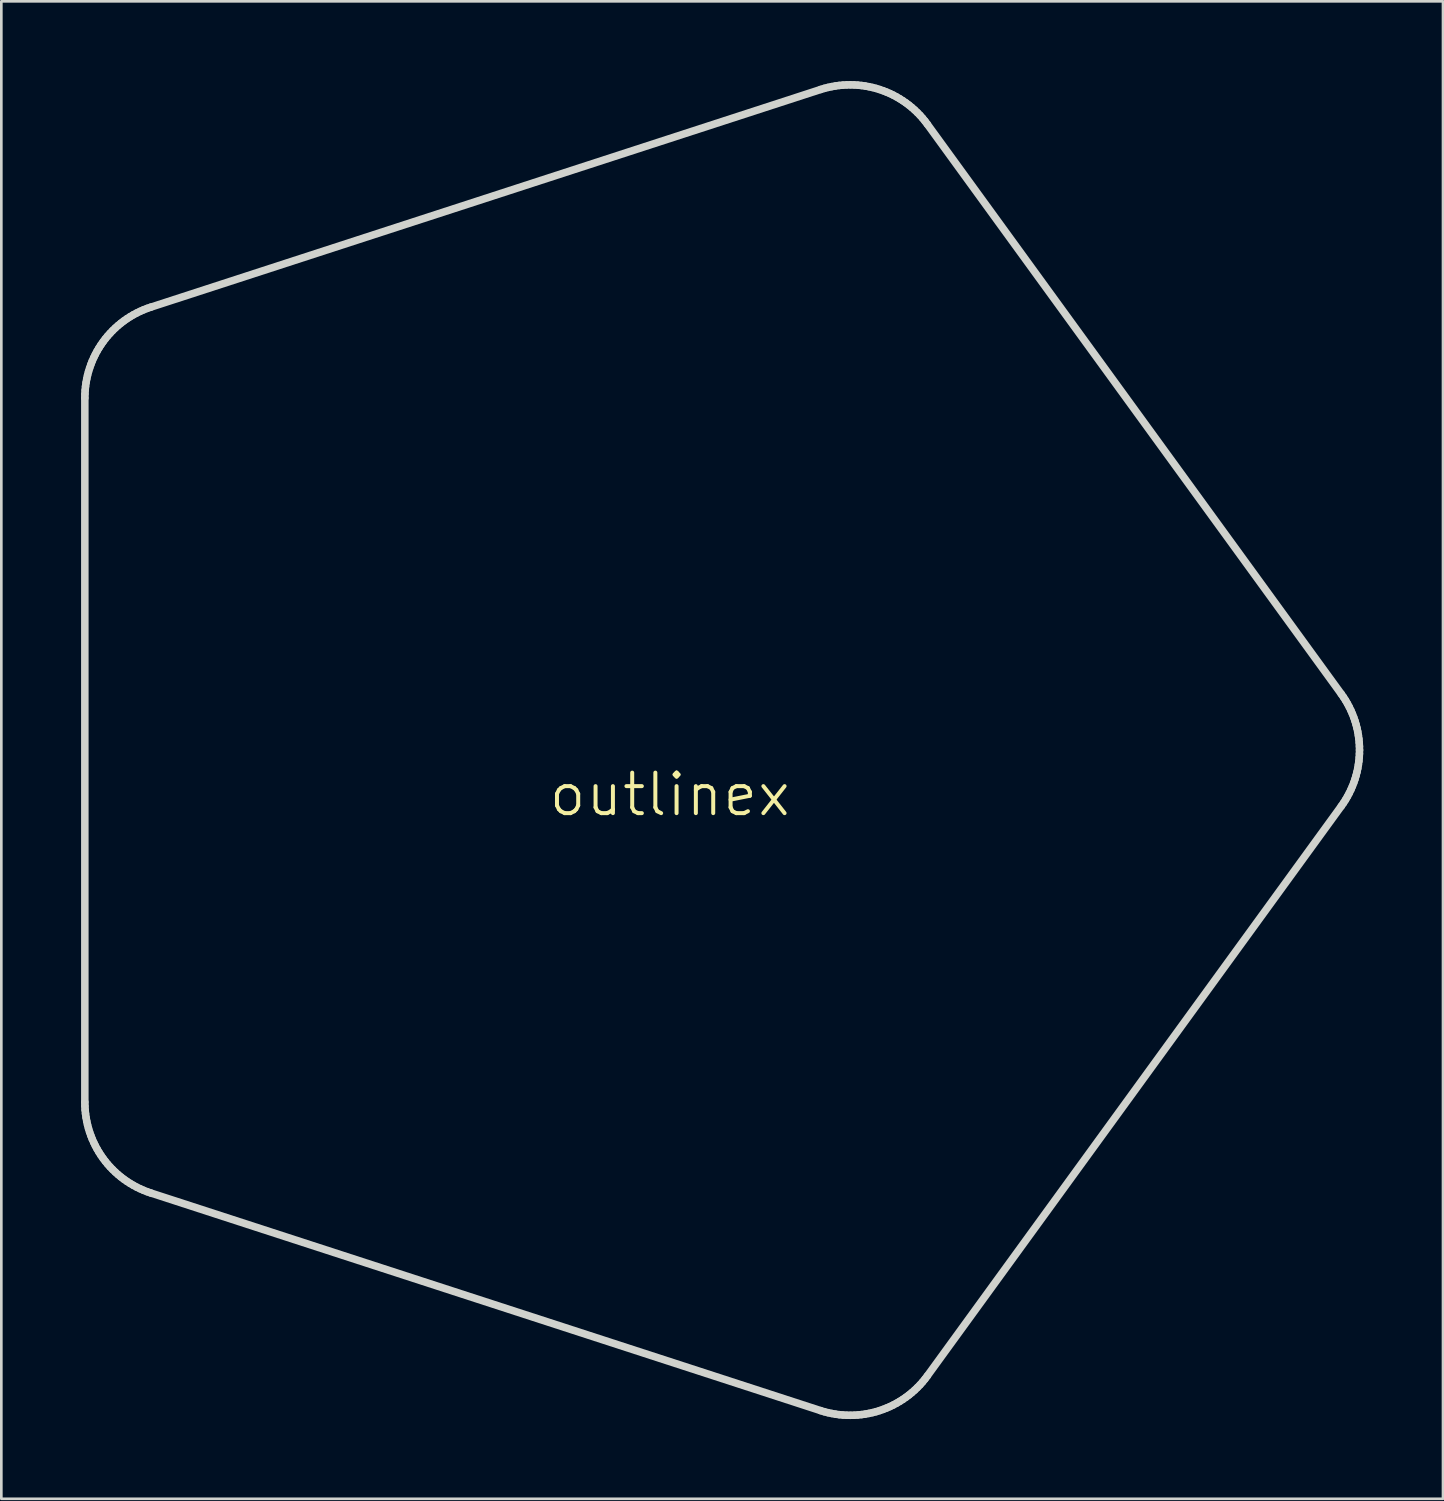
<source format=kicad_pcb>
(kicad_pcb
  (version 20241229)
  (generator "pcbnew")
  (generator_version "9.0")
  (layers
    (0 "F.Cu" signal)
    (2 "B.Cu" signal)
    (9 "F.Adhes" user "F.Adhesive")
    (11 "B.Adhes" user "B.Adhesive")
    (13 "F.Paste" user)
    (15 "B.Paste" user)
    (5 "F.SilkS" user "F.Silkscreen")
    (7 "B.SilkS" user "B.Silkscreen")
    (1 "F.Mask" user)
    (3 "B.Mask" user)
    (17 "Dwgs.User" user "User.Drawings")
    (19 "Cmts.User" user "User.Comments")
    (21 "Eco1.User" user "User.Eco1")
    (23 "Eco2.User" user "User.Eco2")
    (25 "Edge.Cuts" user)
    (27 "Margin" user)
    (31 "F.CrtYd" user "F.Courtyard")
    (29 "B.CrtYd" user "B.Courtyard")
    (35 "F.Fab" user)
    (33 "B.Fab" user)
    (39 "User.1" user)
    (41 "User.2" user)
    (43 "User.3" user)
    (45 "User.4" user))
  (footprint "outlinex"
    (layer "F.Cu")
    (at 22.152 26.847)
    (property "Reference" "outlinex" (at 0 0 0) (layer "F.SilkS") (effects (font (size 1.524 1.524) (thickness 0.15))))
    (attr through_hole)
    (fp_line (start -22.01 11.574) (end -22.007 11.719) (stroke (width 0.283) (type solid)) (layer "Edge.Cuts"))
    (fp_line (start -22.01 -14.926) (end -22.01 11.574) (stroke (width 0.283) (type solid)) (layer "Edge.Cuts"))
    (fp_line (start -22.007 11.719) (end -21.999 11.863) (stroke (width 0.283) (type solid)) (layer "Edge.Cuts"))
    (fp_line (start -22.007 -15.071) (end -22.01 -14.926) (stroke (width 0.283) (type solid)) (layer "Edge.Cuts"))
    (fp_line (start -21.999 11.863) (end -21.984 12.006) (stroke (width 0.283) (type solid)) (layer "Edge.Cuts"))
    (fp_line (start -21.998 -15.215) (end -22.007 -15.071) (stroke (width 0.283) (type solid)) (layer "Edge.Cuts"))
    (fp_line (start -21.984 12.006) (end -21.964 12.148) (stroke (width 0.283) (type solid)) (layer "Edge.Cuts"))
    (fp_line (start -21.984 -15.358) (end -21.998 -15.215) (stroke (width 0.283) (type solid)) (layer "Edge.Cuts"))
    (fp_line (start -21.964 12.148) (end -21.939 12.287) (stroke (width 0.283) (type solid)) (layer "Edge.Cuts"))
    (fp_line (start -21.964 -15.5) (end -21.984 -15.358) (stroke (width 0.283) (type solid)) (layer "Edge.Cuts"))
    (fp_line (start -21.939 12.287) (end -21.908 12.426) (stroke (width 0.283) (type solid)) (layer "Edge.Cuts"))
    (fp_line (start -21.939 -15.639) (end -21.964 -15.5) (stroke (width 0.283) (type solid)) (layer "Edge.Cuts"))
    (fp_line (start -21.908 12.426) (end -21.872 12.562) (stroke (width 0.283) (type solid)) (layer "Edge.Cuts"))
    (fp_line (start -21.908 -15.778) (end -21.939 -15.639) (stroke (width 0.283) (type solid)) (layer "Edge.Cuts"))
    (fp_line (start -21.872 12.562) (end -21.831 12.696) (stroke (width 0.283) (type solid)) (layer "Edge.Cuts"))
    (fp_line (start -21.872 -15.914) (end -21.908 -15.778) (stroke (width 0.283) (type solid)) (layer "Edge.Cuts"))
    (fp_line (start -21.831 12.696) (end -21.784 12.828) (stroke (width 0.283) (type solid)) (layer "Edge.Cuts"))
    (fp_line (start -21.83 -16.048) (end -21.872 -15.914) (stroke (width 0.283) (type solid)) (layer "Edge.Cuts"))
    (fp_line (start -21.784 12.828) (end -21.733 12.958) (stroke (width 0.283) (type solid)) (layer "Edge.Cuts"))
    (fp_line (start -21.784 -16.18) (end -21.83 -16.048) (stroke (width 0.283) (type solid)) (layer "Edge.Cuts"))
    (fp_line (start -21.733 12.958) (end -21.676 13.086) (stroke (width 0.283) (type solid)) (layer "Edge.Cuts"))
    (fp_line (start -21.733 -16.31) (end -21.784 -16.18) (stroke (width 0.283) (type solid)) (layer "Edge.Cuts"))
    (fp_line (start -21.676 13.086) (end -21.615 13.211) (stroke (width 0.283) (type solid)) (layer "Edge.Cuts"))
    (fp_line (start -21.676 -16.438) (end -21.733 -16.31) (stroke (width 0.283) (type solid)) (layer "Edge.Cuts"))
    (fp_line (start -21.615 13.211) (end -21.549 13.334) (stroke (width 0.283) (type solid)) (layer "Edge.Cuts"))
    (fp_line (start -21.615 -16.563) (end -21.676 -16.438) (stroke (width 0.283) (type solid)) (layer "Edge.Cuts"))
    (fp_line (start -21.549 13.334) (end -21.479 13.454) (stroke (width 0.283) (type solid)) (layer "Edge.Cuts"))
    (fp_line (start -21.549 -16.686) (end -21.615 -16.563) (stroke (width 0.283) (type solid)) (layer "Edge.Cuts"))
    (fp_line (start -21.479 13.454) (end -21.404 13.571) (stroke (width 0.283) (type solid)) (layer "Edge.Cuts"))
    (fp_line (start -21.479 -16.805) (end -21.549 -16.686) (stroke (width 0.283) (type solid)) (layer "Edge.Cuts"))
    (fp_line (start -21.404 13.571) (end -21.325 13.684) (stroke (width 0.283) (type solid)) (layer "Edge.Cuts"))
    (fp_line (start -21.404 -16.922) (end -21.479 -16.805) (stroke (width 0.283) (type solid)) (layer "Edge.Cuts"))
    (fp_line (start -21.325 13.684) (end -21.241 13.795) (stroke (width 0.283) (type solid)) (layer "Edge.Cuts"))
    (fp_line (start -21.324 -17.036) (end -21.404 -16.922) (stroke (width 0.283) (type solid)) (layer "Edge.Cuts"))
    (fp_line (start -21.241 13.795) (end -21.153 13.903) (stroke (width 0.283) (type solid)) (layer "Edge.Cuts"))
    (fp_line (start -21.241 -17.147) (end -21.324 -17.036) (stroke (width 0.283) (type solid)) (layer "Edge.Cuts"))
    (fp_line (start -21.153 13.903) (end -21.061 14.007) (stroke (width 0.283) (type solid)) (layer "Edge.Cuts"))
    (fp_line (start -21.153 -17.254) (end -21.241 -17.147) (stroke (width 0.283) (type solid)) (layer "Edge.Cuts"))
    (fp_line (start -21.061 14.007) (end -20.964 14.107) (stroke (width 0.283) (type solid)) (layer "Edge.Cuts"))
    (fp_line (start -21.06 -17.358) (end -21.153 -17.254) (stroke (width 0.283) (type solid)) (layer "Edge.Cuts"))
    (fp_line (start -20.964 14.107) (end -20.864 14.204) (stroke (width 0.283) (type solid)) (layer "Edge.Cuts"))
    (fp_line (start -20.964 -17.459) (end -21.06 -17.358) (stroke (width 0.283) (type solid)) (layer "Edge.Cuts"))
    (fp_line (start -20.864 14.204) (end -20.76 14.297) (stroke (width 0.283) (type solid)) (layer "Edge.Cuts"))
    (fp_line (start -20.864 -17.556) (end -20.964 -17.459) (stroke (width 0.283) (type solid)) (layer "Edge.Cuts"))
    (fp_line (start -20.76 14.297) (end -20.653 14.386) (stroke (width 0.283) (type solid)) (layer "Edge.Cuts"))
    (fp_line (start -20.76 -17.649) (end -20.864 -17.556) (stroke (width 0.283) (type solid)) (layer "Edge.Cuts"))
    (fp_line (start -20.653 14.386) (end -20.541 14.471) (stroke (width 0.283) (type solid)) (layer "Edge.Cuts"))
    (fp_line (start -20.652 -17.738) (end -20.76 -17.649) (stroke (width 0.283) (type solid)) (layer "Edge.Cuts"))
    (fp_line (start -20.541 14.471) (end -20.426 14.552) (stroke (width 0.283) (type solid)) (layer "Edge.Cuts"))
    (fp_line (start -20.541 -17.823) (end -20.652 -17.738) (stroke (width 0.283) (type solid)) (layer "Edge.Cuts"))
    (fp_line (start -20.426 14.552) (end -20.308 14.628) (stroke (width 0.283) (type solid)) (layer "Edge.Cuts"))
    (fp_line (start -20.426 -17.904) (end -20.541 -17.823) (stroke (width 0.283) (type solid)) (layer "Edge.Cuts"))
    (fp_line (start -20.308 14.628) (end -20.186 14.7) (stroke (width 0.283) (type solid)) (layer "Edge.Cuts"))
    (fp_line (start -20.308 -17.98) (end -20.426 -17.904) (stroke (width 0.283) (type solid)) (layer "Edge.Cuts"))
    (fp_line (start -20.186 14.7) (end -20.061 14.768) (stroke (width 0.283) (type solid)) (layer "Edge.Cuts"))
    (fp_line (start -20.186 -18.052) (end -20.308 -17.98) (stroke (width 0.283) (type solid)) (layer "Edge.Cuts"))
    (fp_line (start -20.061 14.768) (end -19.932 14.83) (stroke (width 0.283) (type solid)) (layer "Edge.Cuts"))
    (fp_line (start -20.061 -18.119) (end -20.186 -18.052) (stroke (width 0.283) (type solid)) (layer "Edge.Cuts"))
    (fp_line (start -19.932 14.83) (end -19.801 14.888) (stroke (width 0.283) (type solid)) (layer "Edge.Cuts"))
    (fp_line (start -19.932 -18.182) (end -20.061 -18.119) (stroke (width 0.283) (type solid)) (layer "Edge.Cuts"))
    (fp_line (start -19.801 14.888) (end -19.667 14.941) (stroke (width 0.283) (type solid)) (layer "Edge.Cuts"))
    (fp_line (start -19.801 -18.24) (end -19.932 -18.182) (stroke (width 0.283) (type solid)) (layer "Edge.Cuts"))
    (fp_line (start -19.667 14.941) (end -19.529 14.989) (stroke (width 0.283) (type solid)) (layer "Edge.Cuts"))
    (fp_line (start -19.667 -18.293) (end -19.801 -18.24) (stroke (width 0.283) (type solid)) (layer "Edge.Cuts"))
    (fp_line (start -19.529 -18.34) (end -19.667 -18.293) (stroke (width 0.283) (type solid)) (layer "Edge.Cuts"))
    (fp_line (start -19.529 14.989) (end 5.674 23.178) (stroke (width 0.283) (type solid)) (layer "Edge.Cuts"))
    (fp_line (start 5.674 -26.53) (end -19.529 -18.34) (stroke (width 0.283) (type solid)) (layer "Edge.Cuts"))
    (fp_line (start 5.674 23.178) (end 5.813 23.22) (stroke (width 0.283) (type solid)) (layer "Edge.Cuts"))
    (fp_line (start 5.813 -26.572) (end 5.674 -26.53) (stroke (width 0.283) (type solid)) (layer "Edge.Cuts"))
    (fp_line (start 5.813 23.22) (end 5.953 23.256) (stroke (width 0.283) (type solid)) (layer "Edge.Cuts"))
    (fp_line (start 5.953 -26.608) (end 5.813 -26.572) (stroke (width 0.283) (type solid)) (layer "Edge.Cuts"))
    (fp_line (start 5.953 23.256) (end 6.093 23.286) (stroke (width 0.283) (type solid)) (layer "Edge.Cuts"))
    (fp_line (start 6.093 -26.638) (end 5.953 -26.608) (stroke (width 0.283) (type solid)) (layer "Edge.Cuts"))
    (fp_line (start 6.093 23.286) (end 6.234 23.311) (stroke (width 0.283) (type solid)) (layer "Edge.Cuts"))
    (fp_line (start 6.234 -26.663) (end 6.093 -26.638) (stroke (width 0.283) (type solid)) (layer "Edge.Cuts"))
    (fp_line (start 6.234 23.311) (end 6.374 23.33) (stroke (width 0.283) (type solid)) (layer "Edge.Cuts"))
    (fp_line (start 6.374 -26.682) (end 6.234 -26.663) (stroke (width 0.283) (type solid)) (layer "Edge.Cuts"))
    (fp_line (start 6.374 23.33) (end 6.515 23.343) (stroke (width 0.283) (type solid)) (layer "Edge.Cuts"))
    (fp_line (start 6.515 -26.695) (end 6.374 -26.682) (stroke (width 0.283) (type solid)) (layer "Edge.Cuts"))
    (fp_line (start 6.515 23.343) (end 6.656 23.351) (stroke (width 0.283) (type solid)) (layer "Edge.Cuts"))
    (fp_line (start 6.656 -26.703) (end 6.515 -26.695) (stroke (width 0.283) (type solid)) (layer "Edge.Cuts"))
    (fp_line (start 6.656 23.351) (end 6.797 23.353) (stroke (width 0.283) (type solid)) (layer "Edge.Cuts"))
    (fp_line (start 6.797 -26.705) (end 6.656 -26.703) (stroke (width 0.283) (type solid)) (layer "Edge.Cuts"))
    (fp_line (start 6.797 23.353) (end 6.937 23.35) (stroke (width 0.283) (type solid)) (layer "Edge.Cuts"))
    (fp_line (start 6.937 -26.702) (end 6.797 -26.705) (stroke (width 0.283) (type solid)) (layer "Edge.Cuts"))
    (fp_line (start 6.937 23.35) (end 7.076 23.341) (stroke (width 0.283) (type solid)) (layer "Edge.Cuts"))
    (fp_line (start 7.076 -26.693) (end 6.937 -26.702) (stroke (width 0.283) (type solid)) (layer "Edge.Cuts"))
    (fp_line (start 7.076 23.341) (end 7.215 23.327) (stroke (width 0.283) (type solid)) (layer "Edge.Cuts"))
    (fp_line (start 7.215 -26.679) (end 7.076 -26.693) (stroke (width 0.283) (type solid)) (layer "Edge.Cuts"))
    (fp_line (start 7.215 23.327) (end 7.353 23.308) (stroke (width 0.283) (type solid)) (layer "Edge.Cuts"))
    (fp_line (start 7.353 -26.66) (end 7.215 -26.679) (stroke (width 0.283) (type solid)) (layer "Edge.Cuts"))
    (fp_line (start 7.353 23.308) (end 7.49 23.283) (stroke (width 0.283) (type solid)) (layer "Edge.Cuts"))
    (fp_line (start 7.49 -26.635) (end 7.353 -26.66) (stroke (width 0.283) (type solid)) (layer "Edge.Cuts"))
    (fp_line (start 7.49 23.283) (end 7.625 23.253) (stroke (width 0.283) (type solid)) (layer "Edge.Cuts"))
    (fp_line (start 7.625 -26.605) (end 7.49 -26.635) (stroke (width 0.283) (type solid)) (layer "Edge.Cuts"))
    (fp_line (start 7.625 23.253) (end 7.76 23.218) (stroke (width 0.283) (type solid)) (layer "Edge.Cuts"))
    (fp_line (start 7.76 -26.57) (end 7.625 -26.605) (stroke (width 0.283) (type solid)) (layer "Edge.Cuts"))
    (fp_line (start 7.76 23.218) (end 7.893 23.177) (stroke (width 0.283) (type solid)) (layer "Edge.Cuts"))
    (fp_line (start 7.893 -26.529) (end 7.76 -26.57) (stroke (width 0.283) (type solid)) (layer "Edge.Cuts"))
    (fp_line (start 7.893 23.177) (end 8.024 23.132) (stroke (width 0.283) (type solid)) (layer "Edge.Cuts"))
    (fp_line (start 8.024 -26.484) (end 7.893 -26.529) (stroke (width 0.283) (type solid)) (layer "Edge.Cuts"))
    (fp_line (start 8.024 23.132) (end 8.153 23.081) (stroke (width 0.283) (type solid)) (layer "Edge.Cuts"))
    (fp_line (start 8.153 -26.433) (end 8.024 -26.484) (stroke (width 0.283) (type solid)) (layer "Edge.Cuts"))
    (fp_line (start 8.153 23.081) (end 8.281 23.026) (stroke (width 0.283) (type solid)) (layer "Edge.Cuts"))
    (fp_line (start 8.281 -26.378) (end 8.153 -26.433) (stroke (width 0.283) (type solid)) (layer "Edge.Cuts"))
    (fp_line (start 8.281 23.026) (end 8.406 22.966) (stroke (width 0.283) (type solid)) (layer "Edge.Cuts"))
    (fp_line (start 8.406 -26.318) (end 8.281 -26.378) (stroke (width 0.283) (type solid)) (layer "Edge.Cuts"))
    (fp_line (start 8.406 22.966) (end 8.529 22.9) (stroke (width 0.283) (type solid)) (layer "Edge.Cuts"))
    (fp_line (start 8.529 -26.252) (end 8.406 -26.318) (stroke (width 0.283) (type solid)) (layer "Edge.Cuts"))
    (fp_line (start 8.529 22.9) (end 8.649 22.83) (stroke (width 0.283) (type solid)) (layer "Edge.Cuts"))
    (fp_line (start 8.649 -26.182) (end 8.529 -26.252) (stroke (width 0.283) (type solid)) (layer "Edge.Cuts"))
    (fp_line (start 8.649 22.83) (end 8.768 22.755) (stroke (width 0.283) (type solid)) (layer "Edge.Cuts"))
    (fp_line (start 8.767 -26.107) (end 8.649 -26.182) (stroke (width 0.283) (type solid)) (layer "Edge.Cuts"))
    (fp_line (start 8.768 22.755) (end 8.883 22.675) (stroke (width 0.283) (type solid)) (layer "Edge.Cuts"))
    (fp_line (start 8.883 -26.027) (end 8.767 -26.107) (stroke (width 0.283) (type solid)) (layer "Edge.Cuts"))
    (fp_line (start 8.883 22.675) (end 8.995 22.591) (stroke (width 0.283) (type solid)) (layer "Edge.Cuts"))
    (fp_line (start 8.995 -25.943) (end 8.883 -26.027) (stroke (width 0.283) (type solid)) (layer "Edge.Cuts"))
    (fp_line (start 8.995 22.591) (end 9.104 22.502) (stroke (width 0.283) (type solid)) (layer "Edge.Cuts"))
    (fp_line (start 9.104 -25.854) (end 8.995 -25.943) (stroke (width 0.283) (type solid)) (layer "Edge.Cuts"))
    (fp_line (start 9.104 22.502) (end 9.211 22.408) (stroke (width 0.283) (type solid)) (layer "Edge.Cuts"))
    (fp_line (start 9.211 -25.76) (end 9.104 -25.854) (stroke (width 0.283) (type solid)) (layer "Edge.Cuts"))
    (fp_line (start 9.211 22.408) (end 9.313 22.31) (stroke (width 0.283) (type solid)) (layer "Edge.Cuts"))
    (fp_line (start 9.313 -25.662) (end 9.211 -25.76) (stroke (width 0.283) (type solid)) (layer "Edge.Cuts"))
    (fp_line (start 9.313 22.31) (end 9.413 22.208) (stroke (width 0.283) (type solid)) (layer "Edge.Cuts"))
    (fp_line (start 9.413 -25.56) (end 9.313 -25.662) (stroke (width 0.283) (type solid)) (layer "Edge.Cuts"))
    (fp_line (start 9.413 22.208) (end 9.508 22.101) (stroke (width 0.283) (type solid)) (layer "Edge.Cuts"))
    (fp_line (start 9.508 -25.453) (end 9.413 -25.56) (stroke (width 0.283) (type solid)) (layer "Edge.Cuts"))
    (fp_line (start 9.508 22.101) (end 9.6 21.989) (stroke (width 0.283) (type solid)) (layer "Edge.Cuts"))
    (fp_line (start 9.6 -25.341) (end 9.508 -25.453) (stroke (width 0.283) (type solid)) (layer "Edge.Cuts"))
    (fp_line (start 9.6 21.989) (end 9.688 21.873) (stroke (width 0.283) (type solid)) (layer "Edge.Cuts"))
    (fp_line (start 9.688 -25.225) (end 9.6 -25.341) (stroke (width 0.283) (type solid)) (layer "Edge.Cuts"))
    (fp_line (start 9.688 21.873) (end 25.264 0.434) (stroke (width 0.283) (type solid)) (layer "Edge.Cuts"))
    (fp_line (start 25.264 -3.786) (end 9.688 -25.225) (stroke (width 0.283) (type solid)) (layer "Edge.Cuts"))
    (fp_line (start 25.264 0.434) (end 25.347 0.315) (stroke (width 0.283) (type solid)) (layer "Edge.Cuts"))
    (fp_line (start 25.347 -3.667) (end 25.264 -3.786) (stroke (width 0.283) (type solid)) (layer "Edge.Cuts"))
    (fp_line (start 25.347 0.315) (end 25.425 0.193) (stroke (width 0.283) (type solid)) (layer "Edge.Cuts"))
    (fp_line (start 25.425 -3.545) (end 25.347 -3.667) (stroke (width 0.283) (type solid)) (layer "Edge.Cuts"))
    (fp_line (start 25.425 0.193) (end 25.497 0.069) (stroke (width 0.283) (type solid)) (layer "Edge.Cuts"))
    (fp_line (start 25.497 -3.421) (end 25.425 -3.545) (stroke (width 0.283) (type solid)) (layer "Edge.Cuts"))
    (fp_line (start 25.497 0.069) (end 25.564 -0.057) (stroke (width 0.283) (type solid)) (layer "Edge.Cuts"))
    (fp_line (start 25.564 -3.295) (end 25.497 -3.421) (stroke (width 0.283) (type solid)) (layer "Edge.Cuts"))
    (fp_line (start 25.564 -0.057) (end 25.626 -0.185) (stroke (width 0.283) (type solid)) (layer "Edge.Cuts"))
    (fp_line (start 25.626 -3.167) (end 25.564 -3.295) (stroke (width 0.283) (type solid)) (layer "Edge.Cuts"))
    (fp_line (start 25.626 -0.185) (end 25.682 -0.315) (stroke (width 0.283) (type solid)) (layer "Edge.Cuts"))
    (fp_line (start 25.682 -3.037) (end 25.626 -3.167) (stroke (width 0.283) (type solid)) (layer "Edge.Cuts"))
    (fp_line (start 25.682 -0.315) (end 25.733 -0.446) (stroke (width 0.283) (type solid)) (layer "Edge.Cuts"))
    (fp_line (start 25.733 -2.906) (end 25.682 -3.037) (stroke (width 0.283) (type solid)) (layer "Edge.Cuts"))
    (fp_line (start 25.733 -0.446) (end 25.779 -0.579) (stroke (width 0.283) (type solid)) (layer "Edge.Cuts"))
    (fp_line (start 25.779 -2.773) (end 25.733 -2.906) (stroke (width 0.283) (type solid)) (layer "Edge.Cuts"))
    (fp_line (start 25.779 -0.579) (end 25.819 -0.713) (stroke (width 0.283) (type solid)) (layer "Edge.Cuts"))
    (fp_line (start 25.819 -2.639) (end 25.779 -2.773) (stroke (width 0.283) (type solid)) (layer "Edge.Cuts"))
    (fp_line (start 25.819 -0.713) (end 25.854 -0.849) (stroke (width 0.283) (type solid)) (layer "Edge.Cuts"))
    (fp_line (start 25.854 -2.503) (end 25.819 -2.639) (stroke (width 0.283) (type solid)) (layer "Edge.Cuts"))
    (fp_line (start 25.854 -0.849) (end 25.883 -0.985) (stroke (width 0.283) (type solid)) (layer "Edge.Cuts"))
    (fp_line (start 25.883 -2.367) (end 25.854 -2.503) (stroke (width 0.283) (type solid)) (layer "Edge.Cuts"))
    (fp_line (start 25.883 -0.985) (end 25.907 -1.122) (stroke (width 0.283) (type solid)) (layer "Edge.Cuts"))
    (fp_line (start 25.907 -2.23) (end 25.883 -2.367) (stroke (width 0.283) (type solid)) (layer "Edge.Cuts"))
    (fp_line (start 25.907 -1.122) (end 25.926 -1.26) (stroke (width 0.283) (type solid)) (layer "Edge.Cuts"))
    (fp_line (start 25.926 -2.092) (end 25.907 -2.23) (stroke (width 0.283) (type solid)) (layer "Edge.Cuts"))
    (fp_line (start 25.926 -1.26) (end 25.939 -1.399) (stroke (width 0.283) (type solid)) (layer "Edge.Cuts"))
    (fp_line (start 25.939 -1.954) (end 25.926 -2.092) (stroke (width 0.283) (type solid)) (layer "Edge.Cuts"))
    (fp_line (start 25.939 -1.399) (end 25.947 -1.537) (stroke (width 0.283) (type solid)) (layer "Edge.Cuts"))
    (fp_line (start 25.947 -1.815) (end 25.939 -1.954) (stroke (width 0.283) (type solid)) (layer "Edge.Cuts"))
    (fp_line (start 25.947 -1.537) (end 25.95 -1.676) (stroke (width 0.283) (type solid)) (layer "Edge.Cuts"))
    (fp_line (start 25.95 -1.676) (end 25.947 -1.815) (stroke (width 0.283) (type solid)) (layer "Edge.Cuts")))
  (gr_rect
    (start -3 -3)
    (end 51.243 53.342)
    (stroke (width 0.1) (type default))
    (fill no)
    (layer "Edge.Cuts")))
</source>
